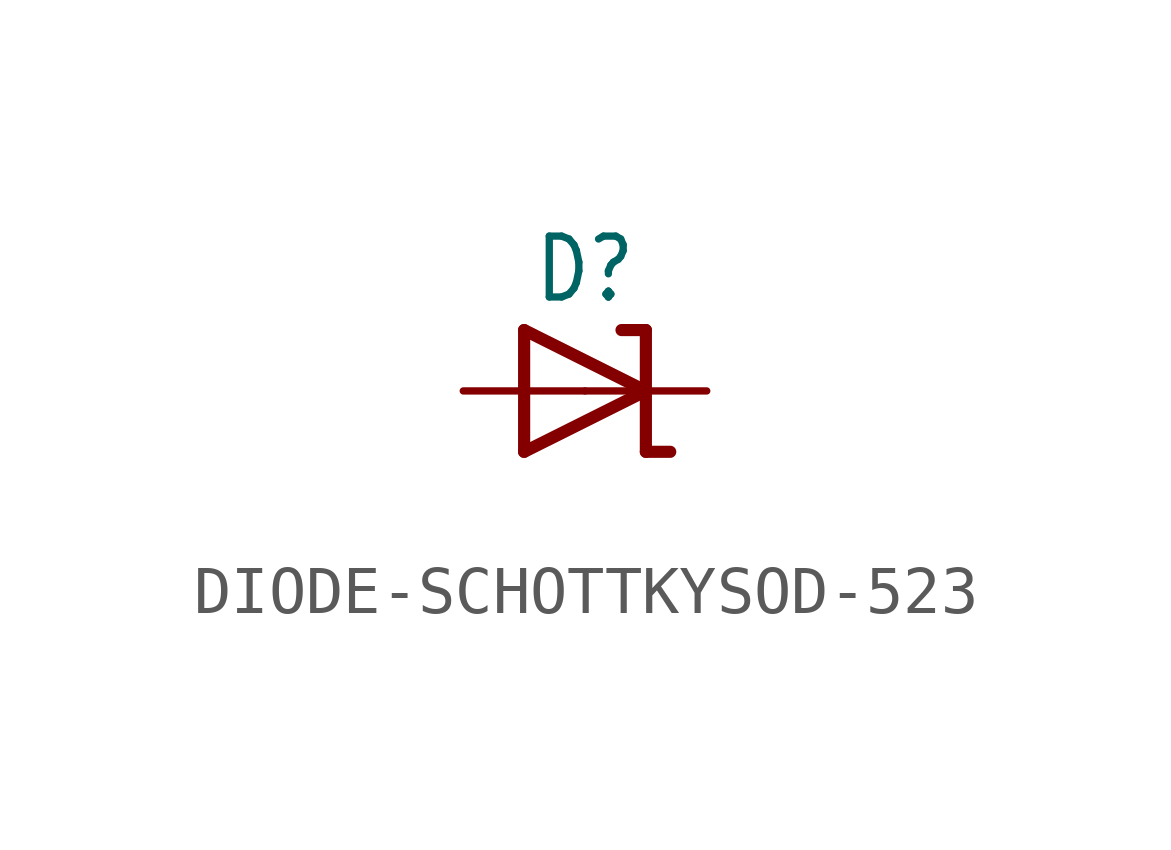
<source format=kicad_sym>
(kicad_symbol_lib
  (version 20231120)
  (generator "kicad_symbol_editor")
  (generator_version "8.0")
  (symbol "DIODE-SCHOTTKYSOD-523"
    (property "Reference" "D"
      (at 0 2.54 0)
      (effects (font (size 1.27 1.079))))
    (property "Value" ""
      (at 0 -2.5 0)
      (effects (font (size 1.27 1.079))))
    (property "ki_locked" ""
      (at 0 0 0)
      (effects (font (size 1.27 1.27))))
    (symbol "DIODE-SCHOTTKYSOD-523_1_0"
      (polyline (pts (xy -1.27 -1.27) (xy 1.27 0)) (stroke (width 0.254) (type solid)) (fill (type none)))
      (polyline (pts (xy -1.27 1.27) (xy -1.27 -1.27)) (stroke (width 0.254) (type solid)) (fill (type none)))
      (polyline (pts (xy 1.27 -1.27) (xy 1.778 -1.27)) (stroke (width 0.254) (type solid)) (fill (type none)))
      (polyline (pts (xy 1.27 0) (xy -1.27 1.27)) (stroke (width 0.254) (type solid)) (fill (type none)))
      (polyline (pts (xy 1.27 0) (xy 1.27 -1.27)) (stroke (width 0.254) (type solid)) (fill (type none)))
      (polyline (pts (xy 1.27 1.27) (xy 0.762 1.27)) (stroke (width 0.254) (type solid)) (fill (type none)))
      (polyline (pts (xy 1.27 1.27) (xy 1.27 0)) (stroke (width 0.254) (type solid)) (fill (type none)))
      (pin passive line (at -2.54 0 0) (length 2.54) (name "A" (effects (font (size 0 0)))) (number "A" (effects (font (size 0 0)))))
      (pin passive line (at 2.54 0 180) (length 2.54) (name "C" (effects (font (size 0 0)))) (number "K" (effects (font (size 0 0))))))))
</source>
